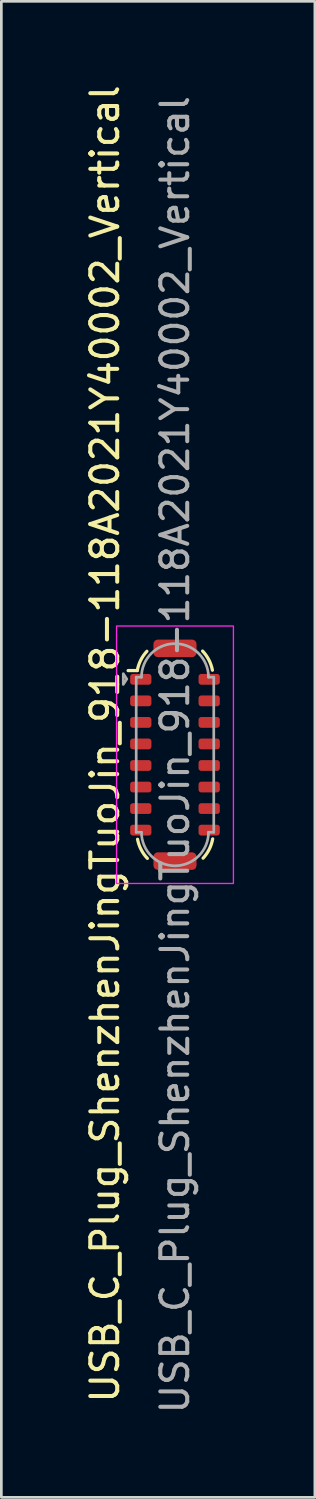
<source format=kicad_pcb>
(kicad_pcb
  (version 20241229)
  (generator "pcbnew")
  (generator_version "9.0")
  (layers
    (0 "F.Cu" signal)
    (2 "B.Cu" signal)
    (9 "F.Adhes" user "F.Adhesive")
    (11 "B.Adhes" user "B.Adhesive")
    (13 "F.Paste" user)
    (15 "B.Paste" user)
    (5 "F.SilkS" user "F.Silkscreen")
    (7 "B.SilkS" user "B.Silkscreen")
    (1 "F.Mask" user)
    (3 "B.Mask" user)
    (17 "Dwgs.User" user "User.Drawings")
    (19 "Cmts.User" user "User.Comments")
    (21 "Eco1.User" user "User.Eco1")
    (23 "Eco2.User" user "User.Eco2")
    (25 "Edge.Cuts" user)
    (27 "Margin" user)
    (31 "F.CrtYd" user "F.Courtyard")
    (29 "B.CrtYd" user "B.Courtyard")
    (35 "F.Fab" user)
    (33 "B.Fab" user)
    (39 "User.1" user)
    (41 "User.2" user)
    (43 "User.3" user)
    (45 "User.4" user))
  (footprint "USB_C_Plug_ShenzhenJingTuoJin_918-118A2021Y40002_Vertical"
    (layer "F.Cu")
    (at 3.448 24.977)
    (property "Reference" "USB_C_Plug_ShenzhenJingTuoJin_918-118A2021Y40002_Vertical" (at -2.6 -0.4 90) (unlocked yes) (layer "F.SilkS") (effects (font (size 1 1) (thickness 0.15))))
    (attr smd)
    (fp_line (start -1.74 -3.125) (end -1.4 -3.125) (stroke (width 0.12) (type default)) (layer "F.SilkS"))
    (fp_arc (start -1.4 -3.125) (mid -1.273005 -3.509002) (end -1.043045 -3.841725) (stroke (width 0.12) (type solid)) (layer "F.SilkS"))
    (fp_arc (start -1.025 3.85) (mid -1.258743 3.520613) (end -1.389879 3.138598) (stroke (width 0.12) (type solid)) (layer "F.SilkS"))
    (fp_arc (start 1.025 -3.85) (mid 1.258743 -3.520613) (end 1.389879 -3.138598) (stroke (width 0.12) (type solid)) (layer "F.SilkS"))
    (fp_arc (start 1.4 3.125) (mid 1.273005 3.509002) (end 1.043045 3.841725) (stroke (width 0.12) (type solid)) (layer "F.SilkS"))
    (fp_rect (start -2.17 4.78) (end 2.17 -4.78) (stroke (width 0.05) (type solid)) (fill no) (layer "F.CrtYd"))
    (fp_line (start -1.44 -2.88) (end -1.245 -2.88) (stroke (width 0.1) (type solid)) (layer "F.Fab"))
    (fp_line (start -1.44 2.88) (end -1.44 -2.88) (stroke (width 0.1) (type solid)) (layer "F.Fab"))
    (fp_line (start -1.245 2.88) (end -1.44 2.88) (stroke (width 0.1) (type solid)) (layer "F.Fab"))
    (fp_line (start 1.245 -2.88) (end 1.44 -2.88) (stroke (width 0.1) (type solid)) (layer "F.Fab"))
    (fp_line (start 1.44 -2.88) (end 1.44 2.88) (stroke (width 0.1) (type solid)) (layer "F.Fab"))
    (fp_line (start 1.44 2.88) (end 1.245 2.88) (stroke (width 0.1) (type solid)) (layer "F.Fab"))
    (fp_arc (start -1.245 -2.88) (mid 0 -4.125) (end 1.245 -2.88) (stroke (width 0.1) (type solid)) (layer "F.Fab"))
    (fp_arc (start 1.245 2.88) (mid 0 4.125) (end -1.245 2.88) (stroke (width 0.1) (type solid)) (layer "F.Fab"))
    (fp_poly (pts (xy -1.92 -3.01) (xy -1.79 -2.81) (xy -1.92 -2.61) (xy -1.92 -2.99)) (stroke (width 0.1) (type solid)) (fill no) (layer "F.Fab"))
    (fp_text user "${REFERENCE}" (at 0 0 90) (unlocked yes) (layer "F.Fab") (effects (font (size 1 1) (thickness 0.15))))
    (pad "A1" smd roundrect (at -1.27 -2.8 90) (size 0.4 0.79) (layers "F.Cu" "F.Mask" "F.Paste") (roundrect_rratio 0.25))
    (pad "A4" smd roundrect (at -1.27 -2 90) (size 0.4 0.79) (layers "F.Cu" "F.Mask" "F.Paste") (roundrect_rratio 0.25))
    (pad "A5" smd roundrect (at -1.27 -1.2 90) (size 0.4 0.79) (layers "F.Cu" "F.Mask" "F.Paste") (roundrect_rratio 0.25))
    (pad "A6" smd roundrect (at -1.27 -0.4 90) (size 0.4 0.79) (layers "F.Cu" "F.Mask" "F.Paste") (roundrect_rratio 0.25))
    (pad "A7" smd roundrect (at -1.27 0.4 90) (size 0.4 0.79) (layers "F.Cu" "F.Mask" "F.Paste") (roundrect_rratio 0.25))
    (pad "A8" smd roundrect (at -1.27 1.2 90) (size 0.4 0.79) (layers "F.Cu" "F.Mask" "F.Paste") (roundrect_rratio 0.25))
    (pad "A9" smd roundrect (at -1.27 2 90) (size 0.4 0.79) (layers "F.Cu" "F.Mask" "F.Paste") (roundrect_rratio 0.25))
    (pad "A12" smd roundrect (at -1.27 2.8 90) (size 0.4 0.79) (layers "F.Cu" "F.Mask" "F.Paste") (roundrect_rratio 0.25))
    (pad "B1" smd roundrect (at 1.27 2.8 90) (size 0.4 0.79) (layers "F.Cu" "F.Mask" "F.Paste") (roundrect_rratio 0.25))
    (pad "B4" smd roundrect (at 1.27 2 90) (size 0.4 0.79) (layers "F.Cu" "F.Mask" "F.Paste") (roundrect_rratio 0.25))
    (pad "B5" smd roundrect (at 1.27 1.2 90) (size 0.4 0.79) (layers "F.Cu" "F.Mask" "F.Paste") (roundrect_rratio 0.25))
    (pad "B6" smd roundrect (at 1.27 0.4 90) (size 0.4 0.79) (layers "F.Cu" "F.Mask" "F.Paste") (roundrect_rratio 0.25))
    (pad "B7" smd roundrect (at 1.27 -0.4 90) (size 0.4 0.79) (layers "F.Cu" "F.Mask" "F.Paste") (roundrect_rratio 0.25))
    (pad "B8" smd roundrect (at 1.27 -1.2 90) (size 0.4 0.79) (layers "F.Cu" "F.Mask" "F.Paste") (roundrect_rratio 0.25))
    (pad "B9" smd roundrect (at 1.27 -2 90) (size 0.4 0.79) (layers "F.Cu" "F.Mask" "F.Paste") (roundrect_rratio 0.25))
    (pad "B12" smd roundrect (at 1.27 -2.8 90) (size 0.4 0.79) (layers "F.Cu" "F.Mask" "F.Paste") (roundrect_rratio 0.25))
    (pad "S1" smd roundrect (at 0 -3.95 90) (size 0.65 1.6) (layers "F.Cu" "F.Mask" "F.Paste") (roundrect_rratio 0.25))
    (pad "S1" smd roundrect (at 0 3.95 90) (size 0.65 1.6) (layers "F.Cu" "F.Mask" "F.Paste") (roundrect_rratio 0.25)))
  (gr_rect
    (start -3 -3)
    (end 8.643 52.555)
    (stroke (width 0.1) (type default))
    (fill no)
    (layer "Edge.Cuts")))
</source>
